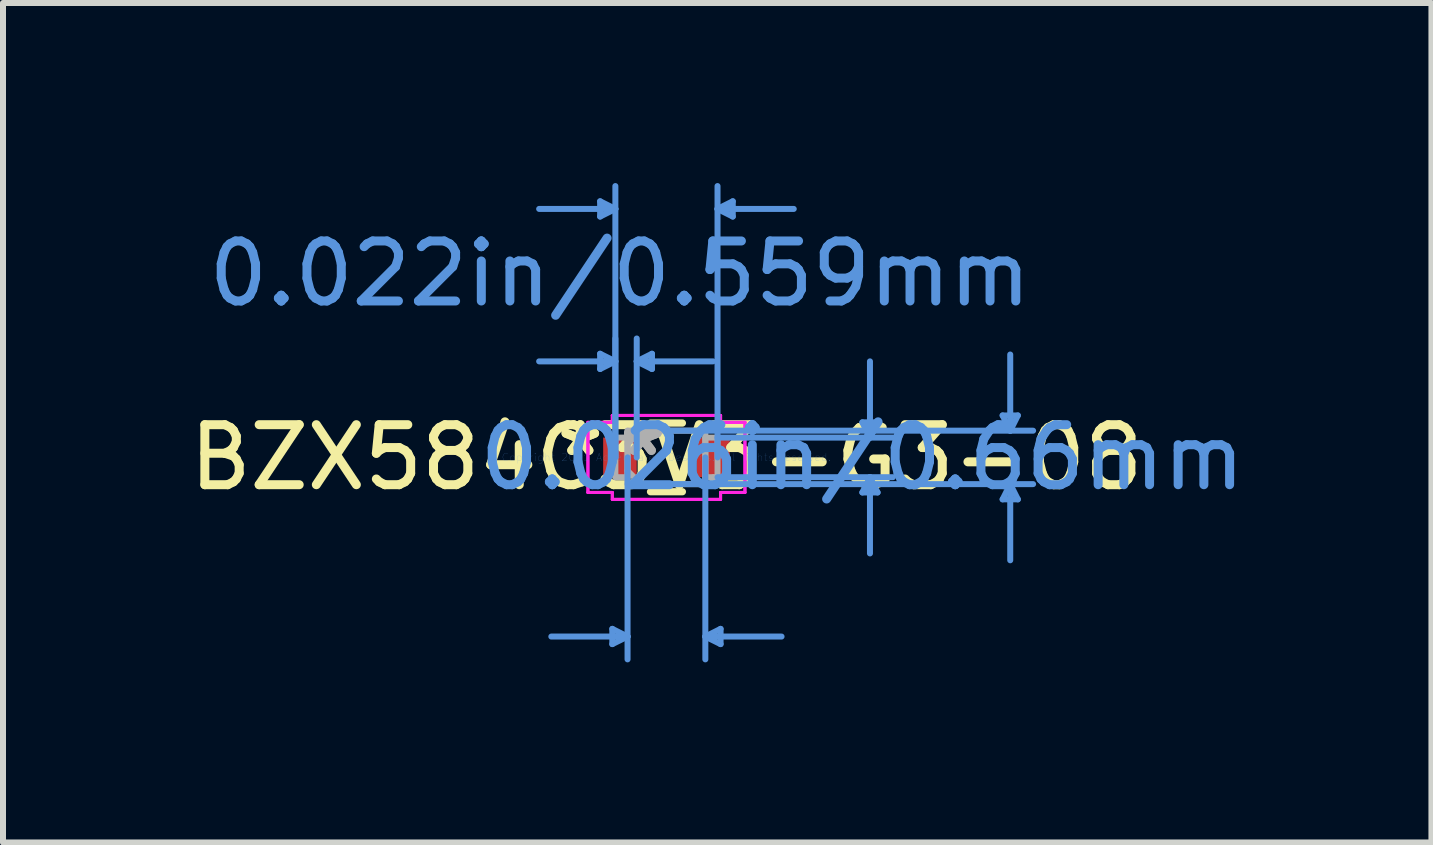
<source format=kicad_pcb>
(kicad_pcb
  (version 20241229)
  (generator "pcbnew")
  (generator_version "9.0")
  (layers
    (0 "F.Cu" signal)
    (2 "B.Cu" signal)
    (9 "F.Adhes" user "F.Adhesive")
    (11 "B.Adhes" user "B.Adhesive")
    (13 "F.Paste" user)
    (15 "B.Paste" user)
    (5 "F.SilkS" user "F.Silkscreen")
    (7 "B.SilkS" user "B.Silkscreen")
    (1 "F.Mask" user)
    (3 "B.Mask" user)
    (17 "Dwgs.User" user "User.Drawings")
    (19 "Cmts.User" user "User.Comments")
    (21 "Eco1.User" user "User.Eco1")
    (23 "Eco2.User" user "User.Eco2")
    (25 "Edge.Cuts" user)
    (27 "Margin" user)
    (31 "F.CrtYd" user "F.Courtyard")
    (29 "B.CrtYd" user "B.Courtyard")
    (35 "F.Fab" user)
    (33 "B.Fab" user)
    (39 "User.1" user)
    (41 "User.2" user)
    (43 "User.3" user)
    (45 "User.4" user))
  (footprint "BZX584C3V3-G3-08"
    (layer "F.Cu")
    (at 8.054 4.571)
    (property "Reference" "BZX584C3V3-G3-08" (at 0 0 0) (layer "F.SilkS") (effects (font (size 1 1) (thickness 0.15))))
    (attr through_hole)
    (fp_line (start -0.266 0.572) (end 0.266 0.572) (stroke (width 0.12) (type solid)) (layer "F.SilkS"))
    (fp_line (start 0.266 -0.572) (end -0.266 -0.572) (stroke (width 0.12) (type solid)) (layer "F.SilkS"))
    (fp_line (start -1.105 -4.267) (end -1.105 -4.013) (stroke (width 0.1) (type solid)) (layer "Cmts.User"))
    (fp_line (start -1.105 -1.727) (end -1.105 -1.473) (stroke (width 0.1) (type solid)) (layer "Cmts.User"))
    (fp_line (start -0.902 2.857) (end -0.902 3.111) (stroke (width 0.1) (type solid)) (layer "Cmts.User"))
    (fp_line (start -0.851 -4.14) (end -2.121 -4.14) (stroke (width 0.1) (type solid)) (layer "Cmts.User"))
    (fp_line (start -0.851 -4.14) (end -1.105 -4.267) (stroke (width 0.1) (type solid)) (layer "Cmts.User"))
    (fp_line (start -0.851 -4.14) (end -1.105 -4.013) (stroke (width 0.1) (type solid)) (layer "Cmts.User"))
    (fp_line (start -0.851 -1.6) (end -2.121 -1.6) (stroke (width 0.1) (type solid)) (layer "Cmts.User"))
    (fp_line (start -0.851 -1.6) (end -1.105 -1.727) (stroke (width 0.1) (type solid)) (layer "Cmts.User"))
    (fp_line (start -0.851 -1.6) (end -1.105 -1.473) (stroke (width 0.1) (type solid)) (layer "Cmts.User"))
    (fp_line (start -0.851 0) (end -0.851 -4.521) (stroke (width 0.1) (type solid)) (layer "Cmts.User"))
    (fp_line (start -0.851 0) (end -0.851 -1.981) (stroke (width 0.1) (type solid)) (layer "Cmts.User"))
    (fp_line (start -0.648 0) (end -0.648 3.365) (stroke (width 0.1) (type solid)) (layer "Cmts.User"))
    (fp_line (start -0.648 2.985) (end -1.918 2.985) (stroke (width 0.1) (type solid)) (layer "Cmts.User"))
    (fp_line (start -0.648 2.985) (end -0.902 2.857) (stroke (width 0.1) (type solid)) (layer "Cmts.User"))
    (fp_line (start -0.648 2.985) (end -0.902 3.111) (stroke (width 0.1) (type solid)) (layer "Cmts.User"))
    (fp_line (start -0.495 -1.6) (end -0.241 -1.727) (stroke (width 0.1) (type solid)) (layer "Cmts.User"))
    (fp_line (start -0.495 -1.6) (end -0.241 -1.473) (stroke (width 0.1) (type solid)) (layer "Cmts.User"))
    (fp_line (start -0.495 -1.6) (end 0.775 -1.6) (stroke (width 0.1) (type solid)) (layer "Cmts.User"))
    (fp_line (start -0.495 0) (end -0.495 -1.981) (stroke (width 0.1) (type solid)) (layer "Cmts.User"))
    (fp_line (start -0.241 -1.727) (end -0.241 -1.473) (stroke (width 0.1) (type solid)) (layer "Cmts.User"))
    (fp_line (start 0 -0.445) (end 6.109 -0.445) (stroke (width 0.1) (type solid)) (layer "Cmts.User"))
    (fp_line (start 0 0.445) (end 6.109 0.445) (stroke (width 0.1) (type solid)) (layer "Cmts.User"))
    (fp_line (start 0.648 0) (end 0.648 3.365) (stroke (width 0.1) (type solid)) (layer "Cmts.User"))
    (fp_line (start 0.648 2.985) (end 0.902 2.857) (stroke (width 0.1) (type solid)) (layer "Cmts.User"))
    (fp_line (start 0.648 2.985) (end 0.902 3.111) (stroke (width 0.1) (type solid)) (layer "Cmts.User"))
    (fp_line (start 0.648 2.985) (end 1.918 2.985) (stroke (width 0.1) (type solid)) (layer "Cmts.User"))
    (fp_line (start 0.851 -4.14) (end 1.105 -4.267) (stroke (width 0.1) (type solid)) (layer "Cmts.User"))
    (fp_line (start 0.851 -4.14) (end 1.105 -4.013) (stroke (width 0.1) (type solid)) (layer "Cmts.User"))
    (fp_line (start 0.851 -4.14) (end 2.121 -4.14) (stroke (width 0.1) (type solid)) (layer "Cmts.User"))
    (fp_line (start 0.851 -0.33) (end 3.772 -0.33) (stroke (width 0.1) (type solid)) (layer "Cmts.User"))
    (fp_line (start 0.851 0) (end 0.851 -4.521) (stroke (width 0.1) (type solid)) (layer "Cmts.User"))
    (fp_line (start 0.851 0.33) (end 3.772 0.33) (stroke (width 0.1) (type solid)) (layer "Cmts.User"))
    (fp_line (start 0.902 2.857) (end 0.902 3.111) (stroke (width 0.1) (type solid)) (layer "Cmts.User"))
    (fp_line (start 1.105 -4.267) (end 1.105 -4.013) (stroke (width 0.1) (type solid)) (layer "Cmts.User"))
    (fp_line (start 3.264 -0.584) (end 3.518 -0.584) (stroke (width 0.1) (type solid)) (layer "Cmts.User"))
    (fp_line (start 3.264 0.584) (end 3.518 0.584) (stroke (width 0.1) (type solid)) (layer "Cmts.User"))
    (fp_line (start 3.391 -0.33) (end 3.264 -0.584) (stroke (width 0.1) (type solid)) (layer "Cmts.User"))
    (fp_line (start 3.391 -0.33) (end 3.391 -1.6) (stroke (width 0.1) (type solid)) (layer "Cmts.User"))
    (fp_line (start 3.391 -0.33) (end 3.518 -0.584) (stroke (width 0.1) (type solid)) (layer "Cmts.User"))
    (fp_line (start 3.391 0.33) (end 3.264 0.584) (stroke (width 0.1) (type solid)) (layer "Cmts.User"))
    (fp_line (start 3.391 0.33) (end 3.391 1.6) (stroke (width 0.1) (type solid)) (layer "Cmts.User"))
    (fp_line (start 3.391 0.33) (end 3.518 0.584) (stroke (width 0.1) (type solid)) (layer "Cmts.User"))
    (fp_line (start 5.601 -0.699) (end 5.855 -0.699) (stroke (width 0.1) (type solid)) (layer "Cmts.User"))
    (fp_line (start 5.601 0.699) (end 5.855 0.699) (stroke (width 0.1) (type solid)) (layer "Cmts.User"))
    (fp_line (start 5.728 -0.445) (end 5.601 -0.699) (stroke (width 0.1) (type solid)) (layer "Cmts.User"))
    (fp_line (start 5.728 -0.445) (end 5.728 -1.714) (stroke (width 0.1) (type solid)) (layer "Cmts.User"))
    (fp_line (start 5.728 -0.445) (end 5.855 -0.699) (stroke (width 0.1) (type solid)) (layer "Cmts.User"))
    (fp_line (start 5.728 0.445) (end 5.601 0.699) (stroke (width 0.1) (type solid)) (layer "Cmts.User"))
    (fp_line (start 5.728 0.445) (end 5.728 1.714) (stroke (width 0.1) (type solid)) (layer "Cmts.User"))
    (fp_line (start 5.728 0.445) (end 5.855 0.699) (stroke (width 0.1) (type solid)) (layer "Cmts.User"))
    (fp_line (start -1.308 -0.584) (end -0.902 -0.584) (stroke (width 0.05) (type solid)) (layer "F.CrtYd"))
    (fp_line (start -1.308 -0.584) (end -0.902 -0.584) (stroke (width 0.05) (type solid)) (layer "F.CrtYd"))
    (fp_line (start -1.308 0.584) (end -1.308 -0.584) (stroke (width 0.05) (type solid)) (layer "F.CrtYd"))
    (fp_line (start -1.308 0.584) (end -1.308 -0.584) (stroke (width 0.05) (type solid)) (layer "F.CrtYd"))
    (fp_line (start -0.902 -0.699) (end 0.902 -0.699) (stroke (width 0.05) (type solid)) (layer "F.CrtYd"))
    (fp_line (start -0.902 -0.699) (end 0.902 -0.699) (stroke (width 0.05) (type solid)) (layer "F.CrtYd"))
    (fp_line (start -0.902 -0.584) (end -0.902 -0.699) (stroke (width 0.05) (type solid)) (layer "F.CrtYd"))
    (fp_line (start -0.902 -0.584) (end -0.902 -0.699) (stroke (width 0.05) (type solid)) (layer "F.CrtYd"))
    (fp_line (start -0.902 0.584) (end -1.308 0.584) (stroke (width 0.05) (type solid)) (layer "F.CrtYd"))
    (fp_line (start -0.902 0.584) (end -1.308 0.584) (stroke (width 0.05) (type solid)) (layer "F.CrtYd"))
    (fp_line (start -0.902 0.699) (end -0.902 0.584) (stroke (width 0.05) (type solid)) (layer "F.CrtYd"))
    (fp_line (start -0.902 0.699) (end -0.902 0.584) (stroke (width 0.05) (type solid)) (layer "F.CrtYd"))
    (fp_line (start 0.902 -0.699) (end 0.902 -0.584) (stroke (width 0.05) (type solid)) (layer "F.CrtYd"))
    (fp_line (start 0.902 -0.699) (end 0.902 -0.584) (stroke (width 0.05) (type solid)) (layer "F.CrtYd"))
    (fp_line (start 0.902 -0.584) (end 1.308 -0.584) (stroke (width 0.05) (type solid)) (layer "F.CrtYd"))
    (fp_line (start 0.902 -0.584) (end 1.308 -0.584) (stroke (width 0.05) (type solid)) (layer "F.CrtYd"))
    (fp_line (start 0.902 0.584) (end 0.902 0.699) (stroke (width 0.05) (type solid)) (layer "F.CrtYd"))
    (fp_line (start 0.902 0.584) (end 0.902 0.699) (stroke (width 0.05) (type solid)) (layer "F.CrtYd"))
    (fp_line (start 0.902 0.699) (end -0.902 0.699) (stroke (width 0.05) (type solid)) (layer "F.CrtYd"))
    (fp_line (start 0.902 0.699) (end -0.902 0.699) (stroke (width 0.05) (type solid)) (layer "F.CrtYd"))
    (fp_line (start 1.308 -0.584) (end 1.308 0.584) (stroke (width 0.05) (type solid)) (layer "F.CrtYd"))
    (fp_line (start 1.308 -0.584) (end 1.308 0.584) (stroke (width 0.05) (type solid)) (layer "F.CrtYd"))
    (fp_line (start 1.308 0.584) (end 0.902 0.584) (stroke (width 0.05) (type solid)) (layer "F.CrtYd"))
    (fp_line (start 1.308 0.584) (end 0.902 0.584) (stroke (width 0.05) (type solid)) (layer "F.CrtYd"))
    (fp_line (start -0.851 -0.33) (end -0.851 0.33) (stroke (width 0.1) (type solid)) (layer "F.Fab"))
    (fp_line (start -0.851 0.33) (end -0.648 0.33) (stroke (width 0.1) (type solid)) (layer "F.Fab"))
    (fp_line (start -0.648 -0.445) (end -0.648 0.445) (stroke (width 0.1) (type solid)) (layer "F.Fab"))
    (fp_line (start -0.648 -0.33) (end -0.851 -0.33) (stroke (width 0.1) (type solid)) (layer "F.Fab"))
    (fp_line (start -0.648 -0.222) (end -0.425 -0.445) (stroke (width 0.1) (type solid)) (layer "F.Fab"))
    (fp_line (start -0.648 0.222) (end -0.425 0.445) (stroke (width 0.1) (type solid)) (layer "F.Fab"))
    (fp_line (start -0.648 0.33) (end -0.648 -0.33) (stroke (width 0.1) (type solid)) (layer "F.Fab"))
    (fp_line (start -0.648 0.445) (end 0.648 0.445) (stroke (width 0.1) (type solid)) (layer "F.Fab"))
    (fp_line (start 0.648 -0.445) (end -0.648 -0.445) (stroke (width 0.1) (type solid)) (layer "F.Fab"))
    (fp_line (start 0.648 -0.33) (end 0.648 0.33) (stroke (width 0.1) (type solid)) (layer "F.Fab"))
    (fp_line (start 0.648 0.33) (end 0.851 0.33) (stroke (width 0.1) (type solid)) (layer "F.Fab"))
    (fp_line (start 0.648 0.445) (end 0.648 -0.445) (stroke (width 0.1) (type solid)) (layer "F.Fab"))
    (fp_line (start 0.851 -0.33) (end 0.648 -0.33) (stroke (width 0.1) (type solid)) (layer "F.Fab"))
    (fp_line (start 0.851 0.33) (end 0.851 -0.33) (stroke (width 0.1) (type solid)) (layer "F.Fab"))
    (fp_text user "*" (at -1.435 0 0) (layer "F.SilkS") (effects (font (size 1 1) (thickness 0.15))))
    (fp_text user "*" (at -1.435 0 0) (layer "F.SilkS") (effects (font (size 1 1) (thickness 0.15))))
    (fp_text user "Copyright 2021 Accelerated Designs. All rights reserved." (at 0 0 0) (layer "Cmts.User") (effects (font (size 0.127 0.127) (thickness 0.002))))
    (fp_text user "0.022in/0.559mm" (at -0.775 -3.061 0) (layer "Cmts.User") (effects (font (size 1 1) (thickness 0.15))))
    (fp_text user "0.026in/0.66mm" (at 3.264 0 0) (layer "Cmts.User") (effects (font (size 1 1) (thickness 0.15))))
    (fp_text user "*" (at -0.394 0 0) (layer "F.Fab") (effects (font (size 1 1) (thickness 0.15))))
    (fp_text user "*" (at -0.394 0 0) (layer "F.Fab") (effects (font (size 1 1) (thickness 0.15))))
    (pad "1" smd rect (at -0.775 0) (size 0.559 0.66) (layers "F.Cu" "F.Mask" "F.Paste"))
    (pad "2" smd rect (at 0.775 0) (size 0.559 0.66) (layers "F.Cu" "F.Mask" "F.Paste")))
  (gr_rect
    (start -3 -3)
    (end 20.8 10.987)
    (stroke (width 0.1) (type default))
    (fill no)
    (layer "Edge.Cuts")))
</source>
